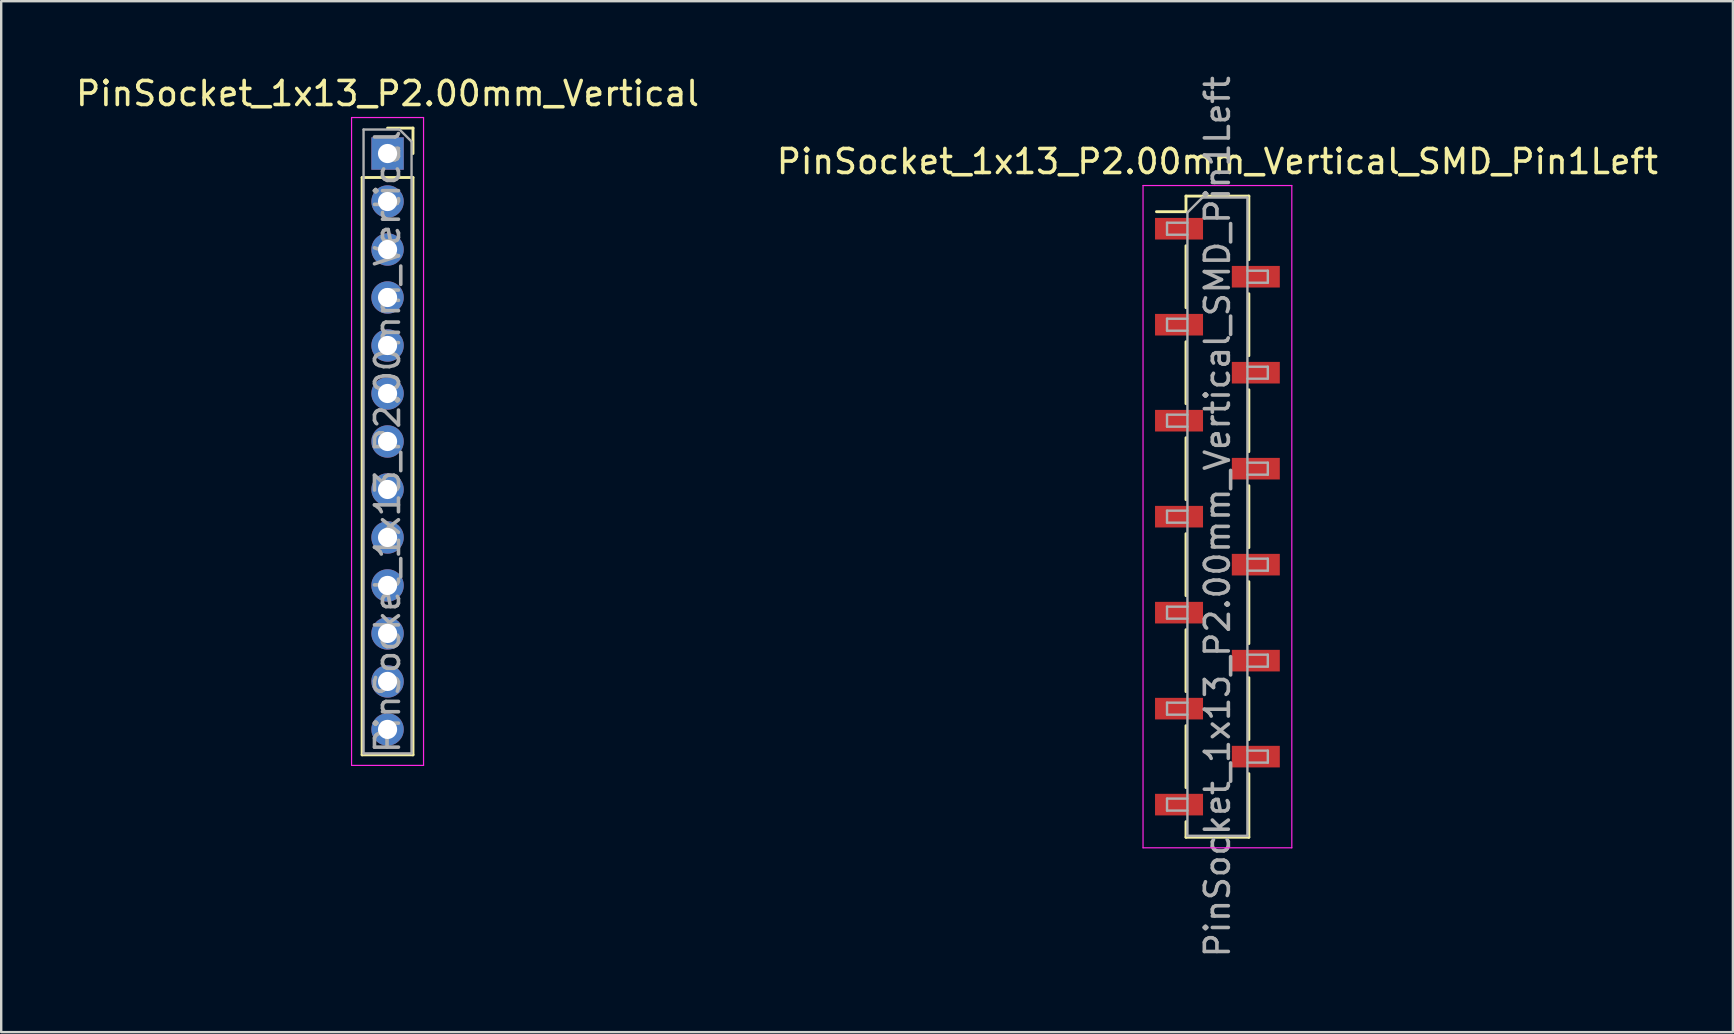
<source format=kicad_pcb>
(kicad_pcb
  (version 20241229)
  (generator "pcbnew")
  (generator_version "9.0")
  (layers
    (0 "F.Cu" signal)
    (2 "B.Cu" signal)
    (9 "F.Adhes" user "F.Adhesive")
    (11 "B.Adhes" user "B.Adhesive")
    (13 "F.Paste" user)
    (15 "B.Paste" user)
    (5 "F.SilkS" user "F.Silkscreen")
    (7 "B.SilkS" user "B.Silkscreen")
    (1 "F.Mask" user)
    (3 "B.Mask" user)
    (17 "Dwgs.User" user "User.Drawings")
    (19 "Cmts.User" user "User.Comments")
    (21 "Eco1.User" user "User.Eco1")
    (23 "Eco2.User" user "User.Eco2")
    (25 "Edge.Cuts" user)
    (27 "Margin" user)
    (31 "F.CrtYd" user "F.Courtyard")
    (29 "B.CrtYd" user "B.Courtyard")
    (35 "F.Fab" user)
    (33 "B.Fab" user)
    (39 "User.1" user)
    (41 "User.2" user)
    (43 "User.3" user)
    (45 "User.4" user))
  (footprint "PinSocket_1x13_P2.00mm_Vertical"
    (layer "F.Cu")
    (at 13.101 3.348)
    (property "Reference" "PinSocket_1x13_P2.00mm_Vertical" (at 0 -2.5 0) (layer "F.SilkS") (effects (font (size 1 1) (thickness 0.15))))
    (attr through_hole)
    (fp_line (start -1.06 1) (end -1.06 25.06) (stroke (width 0.12) (type solid)) (layer "F.SilkS"))
    (fp_line (start -1.06 1) (end 1.06 1) (stroke (width 0.12) (type solid)) (layer "F.SilkS"))
    (fp_line (start -1.06 25.06) (end 1.06 25.06) (stroke (width 0.12) (type solid)) (layer "F.SilkS"))
    (fp_line (start 0 -1.06) (end 1.06 -1.06) (stroke (width 0.12) (type solid)) (layer "F.SilkS"))
    (fp_line (start 1.06 -1.06) (end 1.06 0) (stroke (width 0.12) (type solid)) (layer "F.SilkS"))
    (fp_line (start 1.06 1) (end 1.06 25.06) (stroke (width 0.12) (type solid)) (layer "F.SilkS"))
    (fp_line (start -1.5 -1.5) (end 1.5 -1.5) (stroke (width 0.05) (type solid)) (layer "F.CrtYd"))
    (fp_line (start -1.5 25.5) (end -1.5 -1.5) (stroke (width 0.05) (type solid)) (layer "F.CrtYd"))
    (fp_line (start 1.5 -1.5) (end 1.5 25.5) (stroke (width 0.05) (type solid)) (layer "F.CrtYd"))
    (fp_line (start 1.5 25.5) (end -1.5 25.5) (stroke (width 0.05) (type solid)) (layer "F.CrtYd"))
    (fp_line (start -1 -1) (end 0.5 -1) (stroke (width 0.1) (type solid)) (layer "F.Fab"))
    (fp_line (start -1 25) (end -1 -1) (stroke (width 0.1) (type solid)) (layer "F.Fab"))
    (fp_line (start 0.5 -1) (end 1 -0.5) (stroke (width 0.1) (type solid)) (layer "F.Fab"))
    (fp_line (start 1 -0.5) (end 1 25) (stroke (width 0.1) (type solid)) (layer "F.Fab"))
    (fp_line (start 1 25) (end -1 25) (stroke (width 0.1) (type solid)) (layer "F.Fab"))
    (fp_text user "${REFERENCE}" (at 0 12 90) (layer "F.Fab") (effects (font (size 1 1) (thickness 0.15))))
    (pad "1" thru_hole rect (at 0 0) (size 1.35 1.35) (drill 0.8) (layers "*.Cu" "*.Mask"))
    (pad "2" thru_hole oval (at 0 2) (size 1.35 1.35) (drill 0.8) (layers "*.Cu" "*.Mask"))
    (pad "3" thru_hole oval (at 0 4) (size 1.35 1.35) (drill 0.8) (layers "*.Cu" "*.Mask"))
    (pad "4" thru_hole oval (at 0 6) (size 1.35 1.35) (drill 0.8) (layers "*.Cu" "*.Mask"))
    (pad "5" thru_hole oval (at 0 8) (size 1.35 1.35) (drill 0.8) (layers "*.Cu" "*.Mask"))
    (pad "6" thru_hole oval (at 0 10) (size 1.35 1.35) (drill 0.8) (layers "*.Cu" "*.Mask"))
    (pad "7" thru_hole oval (at 0 12) (size 1.35 1.35) (drill 0.8) (layers "*.Cu" "*.Mask"))
    (pad "8" thru_hole oval (at 0 14) (size 1.35 1.35) (drill 0.8) (layers "*.Cu" "*.Mask"))
    (pad "9" thru_hole oval (at 0 16) (size 1.35 1.35) (drill 0.8) (layers "*.Cu" "*.Mask"))
    (pad "10" thru_hole oval (at 0 18) (size 1.35 1.35) (drill 0.8) (layers "*.Cu" "*.Mask"))
    (pad "11" thru_hole oval (at 0 20) (size 1.35 1.35) (drill 0.8) (layers "*.Cu" "*.Mask"))
    (pad "12" thru_hole oval (at 0 22) (size 1.35 1.35) (drill 0.8) (layers "*.Cu" "*.Mask"))
    (pad "13" thru_hole oval (at 0 24) (size 1.35 1.35) (drill 0.8) (layers "*.Cu" "*.Mask")))
  (footprint "PinSocket_1x13_P2.00mm_Vertical_SMD_Pin1Left"
    (layer "F.Cu")
    (at 47.685 18.482)
    (property "Reference" "PinSocket_1x13_P2.00mm_Vertical_SMD_Pin1Left" (at 0 -14.8 0) (layer "F.SilkS") (effects (font (size 1 1) (thickness 0.15))))
    (attr smd)
    (fp_line (start -2.54 -12.71) (end -1.31 -12.71) (stroke (width 0.12) (type solid)) (layer "F.SilkS"))
    (fp_line (start -1.31 -13.36) (end -1.31 -12.71) (stroke (width 0.12) (type solid)) (layer "F.SilkS"))
    (fp_line (start -1.31 -13.36) (end 1.31 -13.36) (stroke (width 0.12) (type solid)) (layer "F.SilkS"))
    (fp_line (start -1.31 -11.29) (end -1.31 -8.71) (stroke (width 0.12) (type solid)) (layer "F.SilkS"))
    (fp_line (start -1.31 -7.29) (end -1.31 -4.71) (stroke (width 0.12) (type solid)) (layer "F.SilkS"))
    (fp_line (start -1.31 -3.29) (end -1.31 -0.71) (stroke (width 0.12) (type solid)) (layer "F.SilkS"))
    (fp_line (start -1.31 0.71) (end -1.31 3.29) (stroke (width 0.12) (type solid)) (layer "F.SilkS"))
    (fp_line (start -1.31 4.71) (end -1.31 7.29) (stroke (width 0.12) (type solid)) (layer "F.SilkS"))
    (fp_line (start -1.31 8.71) (end -1.31 11.29) (stroke (width 0.12) (type solid)) (layer "F.SilkS"))
    (fp_line (start -1.31 12.71) (end -1.31 13.36) (stroke (width 0.12) (type solid)) (layer "F.SilkS"))
    (fp_line (start -1.31 13.36) (end 1.31 13.36) (stroke (width 0.12) (type solid)) (layer "F.SilkS"))
    (fp_line (start 1.31 -13.36) (end 1.31 -10.71) (stroke (width 0.12) (type solid)) (layer "F.SilkS"))
    (fp_line (start 1.31 -9.29) (end 1.31 -6.71) (stroke (width 0.12) (type solid)) (layer "F.SilkS"))
    (fp_line (start 1.31 -5.29) (end 1.31 -2.71) (stroke (width 0.12) (type solid)) (layer "F.SilkS"))
    (fp_line (start 1.31 -1.29) (end 1.31 1.29) (stroke (width 0.12) (type solid)) (layer "F.SilkS"))
    (fp_line (start 1.31 2.71) (end 1.31 5.29) (stroke (width 0.12) (type solid)) (layer "F.SilkS"))
    (fp_line (start 1.31 6.71) (end 1.31 9.29) (stroke (width 0.12) (type solid)) (layer "F.SilkS"))
    (fp_line (start 1.31 10.71) (end 1.31 13.36) (stroke (width 0.12) (type solid)) (layer "F.SilkS"))
    (fp_line (start -3.1 -13.8) (end 3.1 -13.8) (stroke (width 0.05) (type solid)) (layer "F.CrtYd"))
    (fp_line (start -3.1 13.8) (end -3.1 -13.8) (stroke (width 0.05) (type solid)) (layer "F.CrtYd"))
    (fp_line (start 3.1 -13.8) (end 3.1 13.8) (stroke (width 0.05) (type solid)) (layer "F.CrtYd"))
    (fp_line (start 3.1 13.8) (end -3.1 13.8) (stroke (width 0.05) (type solid)) (layer "F.CrtYd"))
    (fp_line (start -2.1 -12.25) (end -1.25 -12.25) (stroke (width 0.1) (type solid)) (layer "F.Fab"))
    (fp_line (start -2.1 -11.75) (end -2.1 -12.25) (stroke (width 0.1) (type solid)) (layer "F.Fab"))
    (fp_line (start -2.1 -8.25) (end -1.25 -8.25) (stroke (width 0.1) (type solid)) (layer "F.Fab"))
    (fp_line (start -2.1 -7.75) (end -2.1 -8.25) (stroke (width 0.1) (type solid)) (layer "F.Fab"))
    (fp_line (start -2.1 -4.25) (end -1.25 -4.25) (stroke (width 0.1) (type solid)) (layer "F.Fab"))
    (fp_line (start -2.1 -3.75) (end -2.1 -4.25) (stroke (width 0.1) (type solid)) (layer "F.Fab"))
    (fp_line (start -2.1 -0.25) (end -1.25 -0.25) (stroke (width 0.1) (type solid)) (layer "F.Fab"))
    (fp_line (start -2.1 0.25) (end -2.1 -0.25) (stroke (width 0.1) (type solid)) (layer "F.Fab"))
    (fp_line (start -2.1 3.75) (end -1.25 3.75) (stroke (width 0.1) (type solid)) (layer "F.Fab"))
    (fp_line (start -2.1 4.25) (end -2.1 3.75) (stroke (width 0.1) (type solid)) (layer "F.Fab"))
    (fp_line (start -2.1 7.75) (end -1.25 7.75) (stroke (width 0.1) (type solid)) (layer "F.Fab"))
    (fp_line (start -2.1 8.25) (end -2.1 7.75) (stroke (width 0.1) (type solid)) (layer "F.Fab"))
    (fp_line (start -2.1 11.75) (end -1.25 11.75) (stroke (width 0.1) (type solid)) (layer "F.Fab"))
    (fp_line (start -2.1 12.25) (end -2.1 11.75) (stroke (width 0.1) (type solid)) (layer "F.Fab"))
    (fp_line (start -1.25 -12.675) (end -0.625 -13.3) (stroke (width 0.1) (type solid)) (layer "F.Fab"))
    (fp_line (start -1.25 -11.75) (end -2.1 -11.75) (stroke (width 0.1) (type solid)) (layer "F.Fab"))
    (fp_line (start -1.25 -7.75) (end -2.1 -7.75) (stroke (width 0.1) (type solid)) (layer "F.Fab"))
    (fp_line (start -1.25 -3.75) (end -2.1 -3.75) (stroke (width 0.1) (type solid)) (layer "F.Fab"))
    (fp_line (start -1.25 0.25) (end -2.1 0.25) (stroke (width 0.1) (type solid)) (layer "F.Fab"))
    (fp_line (start -1.25 4.25) (end -2.1 4.25) (stroke (width 0.1) (type solid)) (layer "F.Fab"))
    (fp_line (start -1.25 8.25) (end -2.1 8.25) (stroke (width 0.1) (type solid)) (layer "F.Fab"))
    (fp_line (start -1.25 12.25) (end -2.1 12.25) (stroke (width 0.1) (type solid)) (layer "F.Fab"))
    (fp_line (start -1.25 13.3) (end -1.25 -12.675) (stroke (width 0.1) (type solid)) (layer "F.Fab"))
    (fp_line (start -0.625 -13.3) (end 1.25 -13.3) (stroke (width 0.1) (type solid)) (layer "F.Fab"))
    (fp_line (start 1.25 -13.3) (end 1.25 13.3) (stroke (width 0.1) (type solid)) (layer "F.Fab"))
    (fp_line (start 1.25 -10.25) (end 2.1 -10.25) (stroke (width 0.1) (type solid)) (layer "F.Fab"))
    (fp_line (start 1.25 -6.25) (end 2.1 -6.25) (stroke (width 0.1) (type solid)) (layer "F.Fab"))
    (fp_line (start 1.25 -2.25) (end 2.1 -2.25) (stroke (width 0.1) (type solid)) (layer "F.Fab"))
    (fp_line (start 1.25 1.75) (end 2.1 1.75) (stroke (width 0.1) (type solid)) (layer "F.Fab"))
    (fp_line (start 1.25 5.75) (end 2.1 5.75) (stroke (width 0.1) (type solid)) (layer "F.Fab"))
    (fp_line (start 1.25 9.75) (end 2.1 9.75) (stroke (width 0.1) (type solid)) (layer "F.Fab"))
    (fp_line (start 1.25 13.3) (end -1.25 13.3) (stroke (width 0.1) (type solid)) (layer "F.Fab"))
    (fp_line (start 2.1 -10.25) (end 2.1 -9.75) (stroke (width 0.1) (type solid)) (layer "F.Fab"))
    (fp_line (start 2.1 -9.75) (end 1.25 -9.75) (stroke (width 0.1) (type solid)) (layer "F.Fab"))
    (fp_line (start 2.1 -6.25) (end 2.1 -5.75) (stroke (width 0.1) (type solid)) (layer "F.Fab"))
    (fp_line (start 2.1 -5.75) (end 1.25 -5.75) (stroke (width 0.1) (type solid)) (layer "F.Fab"))
    (fp_line (start 2.1 -2.25) (end 2.1 -1.75) (stroke (width 0.1) (type solid)) (layer "F.Fab"))
    (fp_line (start 2.1 -1.75) (end 1.25 -1.75) (stroke (width 0.1) (type solid)) (layer "F.Fab"))
    (fp_line (start 2.1 1.75) (end 2.1 2.25) (stroke (width 0.1) (type solid)) (layer "F.Fab"))
    (fp_line (start 2.1 2.25) (end 1.25 2.25) (stroke (width 0.1) (type solid)) (layer "F.Fab"))
    (fp_line (start 2.1 5.75) (end 2.1 6.25) (stroke (width 0.1) (type solid)) (layer "F.Fab"))
    (fp_line (start 2.1 6.25) (end 1.25 6.25) (stroke (width 0.1) (type solid)) (layer "F.Fab"))
    (fp_line (start 2.1 9.75) (end 2.1 10.25) (stroke (width 0.1) (type solid)) (layer "F.Fab"))
    (fp_line (start 2.1 10.25) (end 1.25 10.25) (stroke (width 0.1) (type solid)) (layer "F.Fab"))
    (fp_text user "${REFERENCE}" (at 0 0 90) (layer "F.Fab") (effects (font (size 1 1) (thickness 0.15))))
    (pad "1" smd rect (at -1.6 -12) (size 2 0.9) (layers "F.Cu" "F.Mask" "F.Paste"))
    (pad "2" smd rect (at 1.6 -10) (size 2 0.9) (layers "F.Cu" "F.Mask" "F.Paste"))
    (pad "3" smd rect (at -1.6 -8) (size 2 0.9) (layers "F.Cu" "F.Mask" "F.Paste"))
    (pad "4" smd rect (at 1.6 -6) (size 2 0.9) (layers "F.Cu" "F.Mask" "F.Paste"))
    (pad "5" smd rect (at -1.6 -4) (size 2 0.9) (layers "F.Cu" "F.Mask" "F.Paste"))
    (pad "6" smd rect (at 1.6 -2) (size 2 0.9) (layers "F.Cu" "F.Mask" "F.Paste"))
    (pad "7" smd rect (at -1.6 0) (size 2 0.9) (layers "F.Cu" "F.Mask" "F.Paste"))
    (pad "8" smd rect (at 1.6 2) (size 2 0.9) (layers "F.Cu" "F.Mask" "F.Paste"))
    (pad "9" smd rect (at -1.6 4) (size 2 0.9) (layers "F.Cu" "F.Mask" "F.Paste"))
    (pad "10" smd rect (at 1.6 6) (size 2 0.9) (layers "F.Cu" "F.Mask" "F.Paste"))
    (pad "11" smd rect (at -1.6 8) (size 2 0.9) (layers "F.Cu" "F.Mask" "F.Paste"))
    (pad "12" smd rect (at 1.6 10) (size 2 0.9) (layers "F.Cu" "F.Mask" "F.Paste"))
    (pad "13" smd rect (at -1.6 12) (size 2 0.9) (layers "F.Cu" "F.Mask" "F.Paste")))
  (gr_rect
    (start -3 -3)
    (end 69.167 39.964)
    (stroke (width 0.1) (type default))
    (fill no)
    (layer "Edge.Cuts")))
</source>
